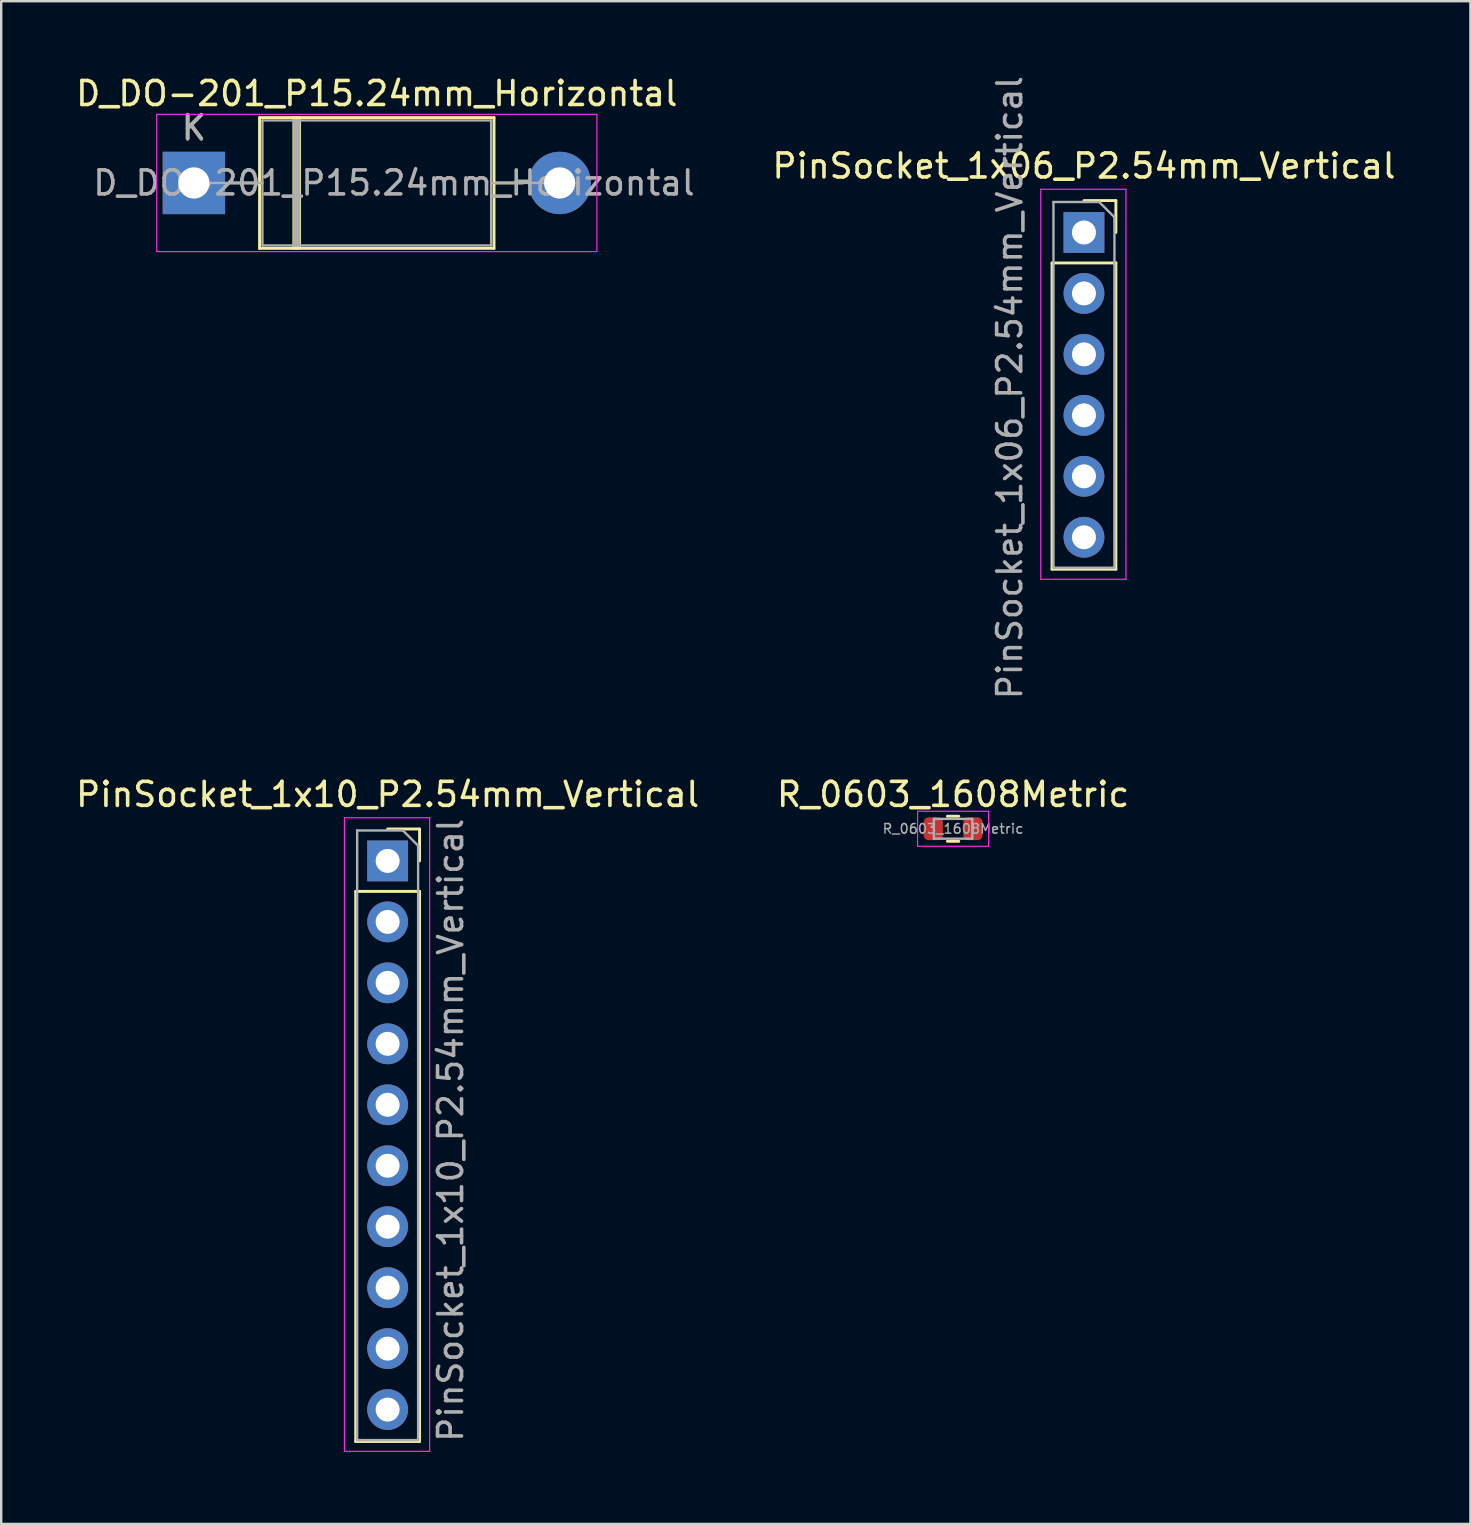
<source format=kicad_pcb>
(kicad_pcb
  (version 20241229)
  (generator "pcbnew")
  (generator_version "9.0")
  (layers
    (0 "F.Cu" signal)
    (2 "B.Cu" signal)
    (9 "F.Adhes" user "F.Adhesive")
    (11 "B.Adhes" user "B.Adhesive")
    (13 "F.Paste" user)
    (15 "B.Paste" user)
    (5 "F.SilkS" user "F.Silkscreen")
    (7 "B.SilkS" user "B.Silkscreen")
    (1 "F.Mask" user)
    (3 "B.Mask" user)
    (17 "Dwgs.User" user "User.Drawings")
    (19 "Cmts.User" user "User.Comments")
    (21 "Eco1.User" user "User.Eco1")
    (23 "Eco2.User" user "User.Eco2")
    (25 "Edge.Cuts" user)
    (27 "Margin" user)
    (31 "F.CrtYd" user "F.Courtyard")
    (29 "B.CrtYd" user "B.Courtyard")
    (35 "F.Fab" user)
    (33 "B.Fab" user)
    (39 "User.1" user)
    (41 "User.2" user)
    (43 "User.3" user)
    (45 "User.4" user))
  (footprint "PinSocket_1x06_P2.54mm_Vertical"
    (layer "F.Cu")
    (at 42.114 6.636)
    (property "Reference" "PinSocket_1x06_P2.54mm_Vertical" (at 0 -2.77 0) (layer "F.SilkS") (effects (font (size 1 1) (thickness 0.15))))
    (attr through_hole)
    (fp_line (start -1.33 1.27) (end -1.33 14.03) (stroke (width 0.12) (type solid)) (layer "F.SilkS"))
    (fp_line (start -1.33 1.27) (end 1.33 1.27) (stroke (width 0.12) (type solid)) (layer "F.SilkS"))
    (fp_line (start -1.33 14.03) (end 1.33 14.03) (stroke (width 0.12) (type solid)) (layer "F.SilkS"))
    (fp_line (start 0 -1.33) (end 1.33 -1.33) (stroke (width 0.12) (type solid)) (layer "F.SilkS"))
    (fp_line (start 1.33 -1.33) (end 1.33 0) (stroke (width 0.12) (type solid)) (layer "F.SilkS"))
    (fp_line (start 1.33 1.27) (end 1.33 14.03) (stroke (width 0.12) (type solid)) (layer "F.SilkS"))
    (fp_line (start -1.8 -1.8) (end 1.75 -1.8) (stroke (width 0.05) (type solid)) (layer "F.CrtYd"))
    (fp_line (start -1.8 14.45) (end -1.8 -1.8) (stroke (width 0.05) (type solid)) (layer "F.CrtYd"))
    (fp_line (start 1.75 -1.8) (end 1.75 14.45) (stroke (width 0.05) (type solid)) (layer "F.CrtYd"))
    (fp_line (start 1.75 14.45) (end -1.8 14.45) (stroke (width 0.05) (type solid)) (layer "F.CrtYd"))
    (fp_line (start -1.27 -1.27) (end 0.635 -1.27) (stroke (width 0.1) (type solid)) (layer "F.Fab"))
    (fp_line (start -1.27 13.97) (end -1.27 -1.27) (stroke (width 0.1) (type solid)) (layer "F.Fab"))
    (fp_line (start 0.635 -1.27) (end 1.27 -0.635) (stroke (width 0.1) (type solid)) (layer "F.Fab"))
    (fp_line (start 1.27 -0.635) (end 1.27 13.97) (stroke (width 0.1) (type solid)) (layer "F.Fab"))
    (fp_line (start 1.27 13.97) (end -1.27 13.97) (stroke (width 0.1) (type solid)) (layer "F.Fab"))
    (fp_text user "${REFERENCE}" (at -3.094 6.466 90) (layer "F.Fab") (effects (font (size 1 1) (thickness 0.15))))
    (pad "1" thru_hole rect (at 0 0) (size 1.7 1.7) (drill 1) (layers "*.Cu" "*.Mask"))
    (pad "2" thru_hole oval (at 0 2.54) (size 1.7 1.7) (drill 1) (layers "*.Cu" "*.Mask"))
    (pad "3" thru_hole oval (at 0 5.08) (size 1.7 1.7) (drill 1) (layers "*.Cu" "*.Mask"))
    (pad "4" thru_hole oval (at 0 7.62) (size 1.7 1.7) (drill 1) (layers "*.Cu" "*.Mask"))
    (pad "5" thru_hole oval (at 0 10.16) (size 1.7 1.7) (drill 1) (layers "*.Cu" "*.Mask"))
    (pad "6" thru_hole oval (at 0 12.7) (size 1.7 1.7) (drill 1) (layers "*.Cu" "*.Mask")))
  (footprint "R_0603_1608Metric"
    (layer "F.Cu")
    (at 36.661 31.481)
    (property "Reference" "R_0603_1608Metric" (at 0 -1.43 0) (layer "F.SilkS") (effects (font (size 1 1) (thickness 0.15))))
    (attr smd)
    (fp_line (start -0.237 -0.522) (end 0.237 -0.522) (stroke (width 0.12) (type solid)) (layer "F.SilkS"))
    (fp_line (start -0.237 0.522) (end 0.237 0.522) (stroke (width 0.12) (type solid)) (layer "F.SilkS"))
    (fp_line (start -1.48 -0.73) (end 1.48 -0.73) (stroke (width 0.05) (type solid)) (layer "F.CrtYd"))
    (fp_line (start -1.48 0.73) (end -1.48 -0.73) (stroke (width 0.05) (type solid)) (layer "F.CrtYd"))
    (fp_line (start 1.48 -0.73) (end 1.48 0.73) (stroke (width 0.05) (type solid)) (layer "F.CrtYd"))
    (fp_line (start 1.48 0.73) (end -1.48 0.73) (stroke (width 0.05) (type solid)) (layer "F.CrtYd"))
    (fp_line (start -0.8 -0.412) (end 0.8 -0.412) (stroke (width 0.1) (type solid)) (layer "F.Fab"))
    (fp_line (start -0.8 0.412) (end -0.8 -0.412) (stroke (width 0.1) (type solid)) (layer "F.Fab"))
    (fp_line (start 0.8 -0.412) (end 0.8 0.412) (stroke (width 0.1) (type solid)) (layer "F.Fab"))
    (fp_line (start 0.8 0.412) (end -0.8 0.412) (stroke (width 0.1) (type solid)) (layer "F.Fab"))
    (fp_text user "${REFERENCE}" (at 0 0 0) (layer "F.Fab") (effects (font (size 0.4 0.4) (thickness 0.06))))
    (pad "1" smd roundrect (at -0.825 0) (size 0.8 0.95) (layers "F.Cu" "F.Mask" "F.Paste") (roundrect_rratio 0.25))
    (pad "2" smd roundrect (at 0.825 0) (size 0.8 0.95) (layers "F.Cu" "F.Mask" "F.Paste") (roundrect_rratio 0.25)))
  (footprint "D_DO-201_P15.24mm_Horizontal"
    (layer "F.Cu")
    (at 5.029 4.573)
    (property "Reference" "D_DO-201_P15.24mm_Horizontal" (at 7.62 -3.725 0) (layer "F.SilkS") (effects (font (size 1 1) (thickness 0.15))))
    (attr through_hole)
    (fp_line (start 1.54 0) (end 2.735 0) (stroke (width 0.12) (type solid)) (layer "F.SilkS"))
    (fp_line (start 2.735 -2.725) (end 2.735 2.725) (stroke (width 0.12) (type solid)) (layer "F.SilkS"))
    (fp_line (start 2.735 2.725) (end 12.505 2.725) (stroke (width 0.12) (type solid)) (layer "F.SilkS"))
    (fp_line (start 4.165 -2.725) (end 4.165 2.725) (stroke (width 0.12) (type solid)) (layer "F.SilkS"))
    (fp_line (start 4.285 -2.725) (end 4.285 2.725) (stroke (width 0.12) (type solid)) (layer "F.SilkS"))
    (fp_line (start 4.404 -2.725) (end 4.404 2.725) (stroke (width 0.12) (type solid)) (layer "F.SilkS"))
    (fp_line (start 12.505 -2.725) (end 2.735 -2.725) (stroke (width 0.12) (type solid)) (layer "F.SilkS"))
    (fp_line (start 12.505 2.725) (end 12.505 -2.725) (stroke (width 0.12) (type solid)) (layer "F.SilkS"))
    (fp_line (start 13.7 0) (end 12.505 0) (stroke (width 0.12) (type solid)) (layer "F.SilkS"))
    (fp_line (start -1.55 -2.86) (end -1.55 2.86) (stroke (width 0.05) (type solid)) (layer "F.CrtYd"))
    (fp_line (start -1.55 2.86) (end 16.79 2.86) (stroke (width 0.05) (type solid)) (layer "F.CrtYd"))
    (fp_line (start 16.79 -2.86) (end -1.55 -2.86) (stroke (width 0.05) (type solid)) (layer "F.CrtYd"))
    (fp_line (start 16.79 2.86) (end 16.79 -2.86) (stroke (width 0.05) (type solid)) (layer "F.CrtYd"))
    (fp_line (start 0 0) (end 2.855 0) (stroke (width 0.1) (type solid)) (layer "F.Fab"))
    (fp_line (start 2.855 -2.605) (end 2.855 2.605) (stroke (width 0.1) (type solid)) (layer "F.Fab"))
    (fp_line (start 2.855 2.605) (end 12.385 2.605) (stroke (width 0.1) (type solid)) (layer "F.Fab"))
    (fp_line (start 4.184 -2.605) (end 4.184 2.605) (stroke (width 0.1) (type solid)) (layer "F.Fab"))
    (fp_line (start 4.285 -2.605) (end 4.285 2.605) (stroke (width 0.1) (type solid)) (layer "F.Fab"))
    (fp_line (start 4.385 -2.605) (end 4.385 2.605) (stroke (width 0.1) (type solid)) (layer "F.Fab"))
    (fp_line (start 12.385 -2.605) (end 2.855 -2.605) (stroke (width 0.1) (type solid)) (layer "F.Fab"))
    (fp_line (start 12.385 2.605) (end 12.385 -2.605) (stroke (width 0.1) (type solid)) (layer "F.Fab"))
    (fp_line (start 15.24 0) (end 12.385 0) (stroke (width 0.1) (type solid)) (layer "F.Fab"))
    (fp_text user "K" (at 0 -2.3 0) (layer "F.SilkS") (effects (font (size 1 1) (thickness 0.15))))
    (fp_text user "${REFERENCE}" (at 8.335 0 0) (layer "F.Fab") (effects (font (size 1 1) (thickness 0.15))))
    (fp_text user "K" (at 0 -2.3 0) (layer "F.Fab") (effects (font (size 1 1) (thickness 0.15))))
    (pad "1" thru_hole rect (at 0 0) (size 2.6 2.6) (drill 1.3) (layers "*.Cu" "*.Mask"))
    (pad "2" thru_hole oval (at 15.24 0) (size 2.6 2.6) (drill 1.3) (layers "*.Cu" "*.Mask")))
  (footprint "PinSocket_1x10_P2.54mm_Vertical"
    (layer "F.Cu")
    (at 13.101 32.821)
    (property "Reference" "PinSocket_1x10_P2.54mm_Vertical" (at 0 -2.77 0) (layer "F.SilkS") (effects (font (size 1 1) (thickness 0.15))))
    (attr through_hole)
    (fp_line (start -1.33 1.27) (end -1.33 24.19) (stroke (width 0.12) (type solid)) (layer "F.SilkS"))
    (fp_line (start -1.33 1.27) (end 1.33 1.27) (stroke (width 0.12) (type solid)) (layer "F.SilkS"))
    (fp_line (start -1.33 24.19) (end 1.33 24.19) (stroke (width 0.12) (type solid)) (layer "F.SilkS"))
    (fp_line (start 0 -1.33) (end 1.33 -1.33) (stroke (width 0.12) (type solid)) (layer "F.SilkS"))
    (fp_line (start 1.33 -1.33) (end 1.33 0) (stroke (width 0.12) (type solid)) (layer "F.SilkS"))
    (fp_line (start 1.33 1.27) (end 1.33 24.19) (stroke (width 0.12) (type solid)) (layer "F.SilkS"))
    (fp_line (start -1.8 -1.8) (end 1.75 -1.8) (stroke (width 0.05) (type solid)) (layer "F.CrtYd"))
    (fp_line (start -1.8 24.6) (end -1.8 -1.8) (stroke (width 0.05) (type solid)) (layer "F.CrtYd"))
    (fp_line (start 1.75 -1.8) (end 1.75 24.6) (stroke (width 0.05) (type solid)) (layer "F.CrtYd"))
    (fp_line (start 1.75 24.6) (end -1.8 24.6) (stroke (width 0.05) (type solid)) (layer "F.CrtYd"))
    (fp_line (start -1.27 -1.27) (end 0.635 -1.27) (stroke (width 0.1) (type solid)) (layer "F.Fab"))
    (fp_line (start -1.27 24.13) (end -1.27 -1.27) (stroke (width 0.1) (type solid)) (layer "F.Fab"))
    (fp_line (start 0.635 -1.27) (end 1.27 -0.635) (stroke (width 0.1) (type solid)) (layer "F.Fab"))
    (fp_line (start 1.27 -0.635) (end 1.27 24.13) (stroke (width 0.1) (type solid)) (layer "F.Fab"))
    (fp_line (start 1.27 24.13) (end -1.27 24.13) (stroke (width 0.1) (type solid)) (layer "F.Fab"))
    (fp_text user "${REFERENCE}" (at 2.624 11.221 90) (layer "F.Fab") (effects (font (size 1 1) (thickness 0.15))))
    (pad "1" thru_hole rect (at 0 0) (size 1.7 1.7) (drill 1) (layers "*.Cu" "*.Mask"))
    (pad "2" thru_hole oval (at 0 2.54) (size 1.7 1.7) (drill 1) (layers "*.Cu" "*.Mask"))
    (pad "3" thru_hole oval (at 0 5.08) (size 1.7 1.7) (drill 1) (layers "*.Cu" "*.Mask"))
    (pad "4" thru_hole oval (at 0 7.62) (size 1.7 1.7) (drill 1) (layers "*.Cu" "*.Mask"))
    (pad "5" thru_hole oval (at 0 10.16) (size 1.7 1.7) (drill 1) (layers "*.Cu" "*.Mask"))
    (pad "6" thru_hole oval (at 0 12.7) (size 1.7 1.7) (drill 1) (layers "*.Cu" "*.Mask"))
    (pad "7" thru_hole oval (at 0 15.24) (size 1.7 1.7) (drill 1) (layers "*.Cu" "*.Mask"))
    (pad "8" thru_hole oval (at 0 17.78) (size 1.7 1.7) (drill 1) (layers "*.Cu" "*.Mask"))
    (pad "9" thru_hole oval (at 0 20.32) (size 1.7 1.7) (drill 1) (layers "*.Cu" "*.Mask"))
    (pad "10" thru_hole oval (at 0 22.86) (size 1.7 1.7) (drill 1) (layers "*.Cu" "*.Mask")))
  (gr_rect
    (start -3 -3)
    (end 58.215 60.446)
    (stroke (width 0.1) (type default))
    (fill no)
    (layer "Edge.Cuts")))
</source>
